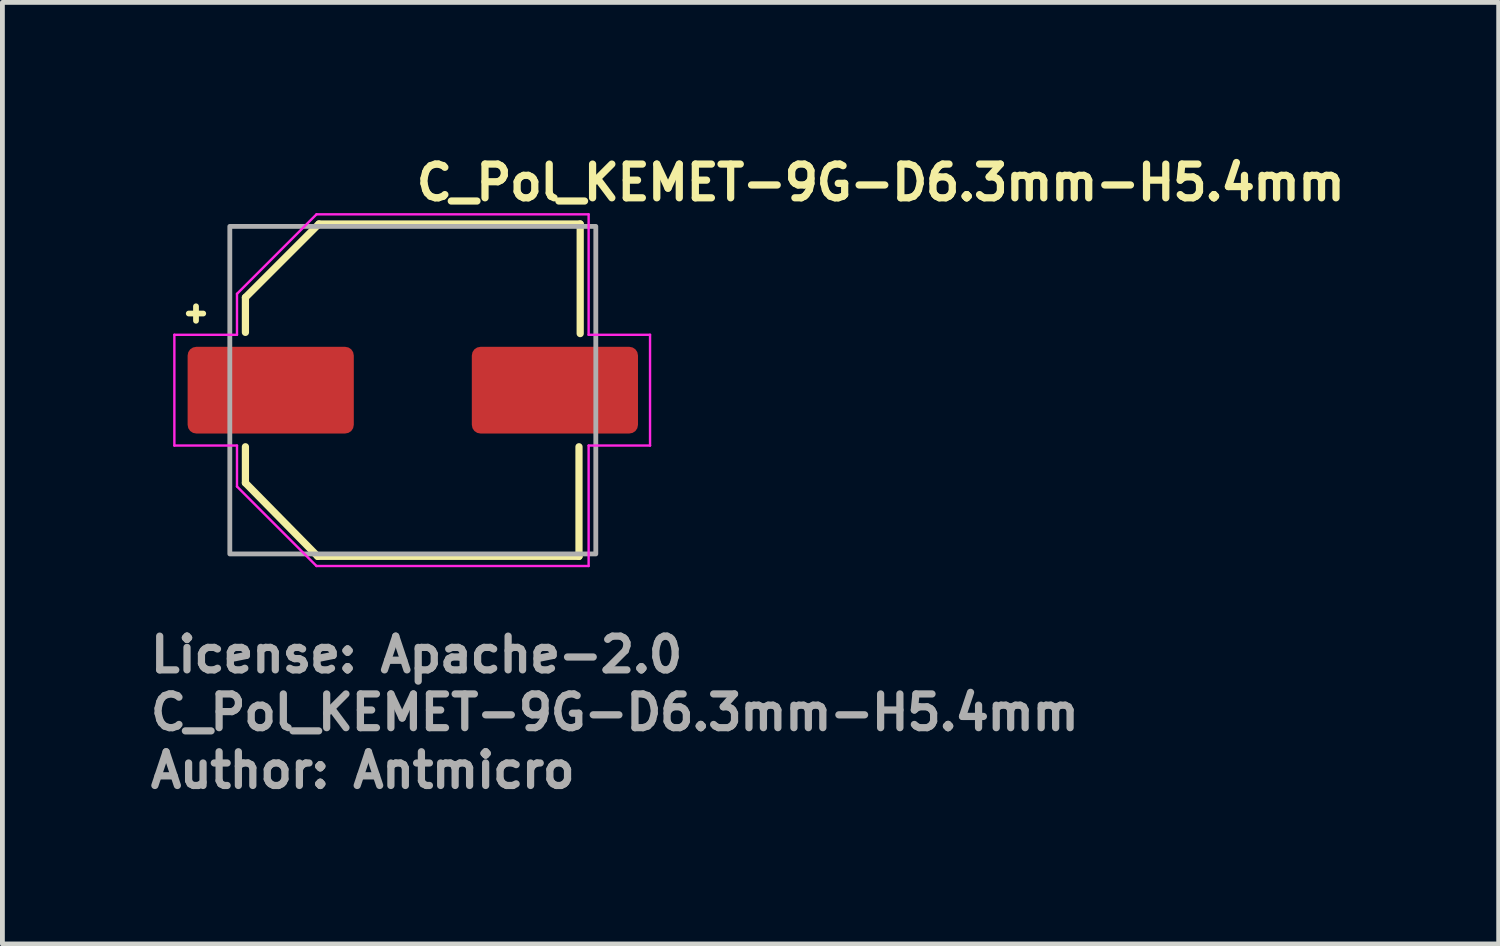
<source format=kicad_pcb>
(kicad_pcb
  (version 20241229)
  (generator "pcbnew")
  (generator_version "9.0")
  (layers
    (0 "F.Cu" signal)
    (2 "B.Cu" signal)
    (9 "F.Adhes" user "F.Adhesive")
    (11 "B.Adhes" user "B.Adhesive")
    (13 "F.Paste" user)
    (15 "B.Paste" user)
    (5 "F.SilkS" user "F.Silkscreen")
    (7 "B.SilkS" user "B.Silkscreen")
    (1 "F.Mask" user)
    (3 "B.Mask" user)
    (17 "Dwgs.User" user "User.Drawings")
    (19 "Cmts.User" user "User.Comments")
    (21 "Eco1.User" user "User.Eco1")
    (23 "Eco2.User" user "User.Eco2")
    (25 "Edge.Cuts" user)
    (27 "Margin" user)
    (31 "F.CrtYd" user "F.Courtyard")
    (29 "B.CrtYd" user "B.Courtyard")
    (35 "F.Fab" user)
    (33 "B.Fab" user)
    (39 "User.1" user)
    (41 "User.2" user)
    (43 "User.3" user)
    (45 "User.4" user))
  (footprint "C_Pol_KEMET-9G-D6.3mm-H5.4mm"
    (layer "F.Cu")
    (at 5.52 5.05)
    (property "Reference" "C_Pol_KEMET-9G-D6.3mm-H5.4mm" (at 0 -3.9 0) (layer "F.SilkS") (effects (font (size 0.7 0.7) (thickness 0.15)) (justify left bottom)))
    (attr smd)
    (fp_line (start -4.651 -1.591) (end -4.351 -1.591) (stroke (width 0.12) (type solid)) (layer "F.SilkS"))
    (fp_line (start -4.501 -1.741) (end -4.501 -1.441) (stroke (width 0.12) (type solid)) (layer "F.SilkS"))
    (fp_line (start -3.475 -1.925) (end -3.475 -1.2) (stroke (width 0.15) (type solid)) (layer "F.SilkS"))
    (fp_line (start -3.475 -1.925) (end -1.95 -3.45) (stroke (width 0.15) (type solid)) (layer "F.SilkS"))
    (fp_line (start -3.475 1.175) (end -3.475 1.925) (stroke (width 0.15) (type solid)) (layer "F.SilkS"))
    (fp_line (start -3.475 1.925) (end -1.975 3.45) (stroke (width 0.15) (type solid)) (layer "F.SilkS"))
    (fp_line (start -1.975 3.45) (end 3.45 3.45) (stroke (width 0.15) (type solid)) (layer "F.SilkS"))
    (fp_line (start -1.95 -3.45) (end 3.475 -3.45) (stroke (width 0.15) (type solid)) (layer "F.SilkS"))
    (fp_line (start 3.45 1.175) (end 3.45 3.45) (stroke (width 0.15) (type solid)) (layer "F.SilkS"))
    (fp_line (start 3.475 -1.175) (end 3.475 -3.45) (stroke (width 0.15) (type solid)) (layer "F.SilkS"))
    (fp_line (start -4.95 -1.15) (end -3.65 -1.15) (stroke (width 0.05) (type solid)) (layer "F.CrtYd"))
    (fp_line (start -4.95 1.15) (end -4.95 -1.15) (stroke (width 0.05) (type solid)) (layer "F.CrtYd"))
    (fp_line (start -3.65 -1.15) (end -3.65 -2) (stroke (width 0.05) (type solid)) (layer "F.CrtYd"))
    (fp_line (start -3.65 1.15) (end -4.95 1.15) (stroke (width 0.05) (type solid)) (layer "F.CrtYd"))
    (fp_line (start -3.65 2) (end -3.65 1.15) (stroke (width 0.05) (type solid)) (layer "F.CrtYd"))
    (fp_line (start -3.65 2) (end -2 3.65) (stroke (width 0.05) (type solid)) (layer "F.CrtYd"))
    (fp_line (start -2 -3.65) (end -3.65 -2) (stroke (width 0.05) (type solid)) (layer "F.CrtYd"))
    (fp_line (start -2 -3.65) (end 3.65 -3.65) (stroke (width 0.05) (type solid)) (layer "F.CrtYd"))
    (fp_line (start 3.65 -3.65) (end 3.65 -1.15) (stroke (width 0.05) (type solid)) (layer "F.CrtYd"))
    (fp_line (start 3.65 -1.15) (end 4.925 -1.15) (stroke (width 0.05) (type solid)) (layer "F.CrtYd"))
    (fp_line (start 3.65 1.15) (end 3.65 3.65) (stroke (width 0.05) (type solid)) (layer "F.CrtYd"))
    (fp_line (start 3.65 3.65) (end -2 3.65) (stroke (width 0.05) (type solid)) (layer "F.CrtYd"))
    (fp_line (start 4.925 -1.15) (end 4.925 1.15) (stroke (width 0.05) (type solid)) (layer "F.CrtYd"))
    (fp_line (start 4.925 1.15) (end 3.65 1.15) (stroke (width 0.05) (type solid)) (layer "F.CrtYd"))
    (fp_rect (start -3.799 -3.4) (end 3.799 3.4) (stroke (width 0.1) (type solid)) (fill no) (layer "F.Fab"))
    (fp_rect (start -3.799 -3.4) (end 3.799 3.4) (stroke (width 0.1) (type solid)) (fill no) (layer "User.5"))
    (fp_line (start -3.799 0.375) (end -3.799 -0.375) (stroke (width 0.02) (type solid)) (layer "User.9"))
    (fp_line (start -3.4 -1.9) (end -1.9 -3.4) (stroke (width 0.02) (type solid)) (layer "User.9"))
    (fp_line (start -3.4 -1.396) (end -3.4 -1.9) (stroke (width 0.02) (type solid)) (layer "User.9"))
    (fp_line (start -3.4 -1.396) (end -3.4 1.396) (stroke (width 0.02) (type solid)) (layer "User.9"))
    (fp_line (start -3.4 -0.375) (end -3.799 -0.375) (stroke (width 0.02) (type solid)) (layer "User.9"))
    (fp_line (start -3.4 0.375) (end -3.799 0.375) (stroke (width 0.02) (type solid)) (layer "User.9"))
    (fp_line (start -3.4 1.9) (end -3.4 1.396) (stroke (width 0.02) (type solid)) (layer "User.9"))
    (fp_line (start -3.25 0) (end -3.243 -0.21) (stroke (width 0.02) (type solid)) (layer "User.9"))
    (fp_line (start -3.243 -0.21) (end -3.222 -0.419) (stroke (width 0.02) (type solid)) (layer "User.9"))
    (fp_line (start -3.243 0.21) (end -3.25 0) (stroke (width 0.02) (type solid)) (layer "User.9"))
    (fp_line (start -3.222 -0.419) (end -3.188 -0.628) (stroke (width 0.02) (type solid)) (layer "User.9"))
    (fp_line (start -3.222 0.419) (end -3.243 0.21) (stroke (width 0.02) (type solid)) (layer "User.9"))
    (fp_line (start -3.188 -0.628) (end -3.141 -0.834) (stroke (width 0.02) (type solid)) (layer "User.9"))
    (fp_line (start -3.188 0.628) (end -3.222 0.419) (stroke (width 0.02) (type solid)) (layer "User.9"))
    (fp_line (start -3.141 -0.834) (end -3.079 -1.037) (stroke (width 0.02) (type solid)) (layer "User.9"))
    (fp_line (start -3.141 0.834) (end -3.188 0.628) (stroke (width 0.02) (type solid)) (layer "User.9"))
    (fp_line (start -3.1 -1.396) (end -3.4 -1.396) (stroke (width 0.02) (type solid)) (layer "User.9"))
    (fp_line (start -3.1 1.396) (end -3.4 1.396) (stroke (width 0.02) (type solid)) (layer "User.9"))
    (fp_line (start -3.1 1.396) (end -3.033 1.536) (stroke (width 0.02) (type solid)) (layer "User.9"))
    (fp_line (start -3.079 -1.037) (end -3.005 -1.237) (stroke (width 0.02) (type solid)) (layer "User.9"))
    (fp_line (start -3.079 1.037) (end -3.141 0.834) (stroke (width 0.02) (type solid)) (layer "User.9"))
    (fp_line (start -3.033 -1.536) (end -3.1 -1.396) (stroke (width 0.02) (type solid)) (layer "User.9"))
    (fp_line (start -3.033 1.536) (end -2.959 1.672) (stroke (width 0.02) (type solid)) (layer "User.9"))
    (fp_line (start -3.005 -1.237) (end -2.916 -1.433) (stroke (width 0.02) (type solid)) (layer "User.9"))
    (fp_line (start -3.005 1.237) (end -3.079 1.037) (stroke (width 0.02) (type solid)) (layer "User.9"))
    (fp_line (start -2.959 -1.672) (end -3.033 -1.536) (stroke (width 0.02) (type solid)) (layer "User.9"))
    (fp_line (start -2.959 1.672) (end -2.881 1.805) (stroke (width 0.02) (type solid)) (layer "User.9"))
    (fp_line (start -2.916 -1.433) (end -2.814 -1.625) (stroke (width 0.02) (type solid)) (layer "User.9"))
    (fp_line (start -2.916 1.433) (end -3.005 1.237) (stroke (width 0.02) (type solid)) (layer "User.9"))
    (fp_line (start -2.881 -1.805) (end -2.959 -1.672) (stroke (width 0.02) (type solid)) (layer "User.9"))
    (fp_line (start -2.881 1.805) (end -2.796 1.933) (stroke (width 0.02) (type solid)) (layer "User.9"))
    (fp_line (start -2.814 -1.625) (end -2.814 -1.625) (stroke (width 0.02) (type solid)) (layer "User.9"))
    (fp_line (start -2.814 -1.625) (end -2.758 -1.718) (stroke (width 0.02) (type solid)) (layer "User.9"))
    (fp_line (start -2.814 1.625) (end -2.916 1.433) (stroke (width 0.02) (type solid)) (layer "User.9"))
    (fp_line (start -2.814 1.625) (end -2.814 1.625) (stroke (width 0.02) (type solid)) (layer "User.9"))
    (fp_line (start -2.796 -1.933) (end -2.881 -1.805) (stroke (width 0.02) (type solid)) (layer "User.9"))
    (fp_line (start -2.796 1.933) (end -2.706 2.058) (stroke (width 0.02) (type solid)) (layer "User.9"))
    (fp_line (start -2.758 -1.718) (end -2.7 -1.808) (stroke (width 0.02) (type solid)) (layer "User.9"))
    (fp_line (start -2.706 -2.058) (end -2.796 -1.933) (stroke (width 0.02) (type solid)) (layer "User.9"))
    (fp_line (start -2.706 2.058) (end -2.61 2.178) (stroke (width 0.02) (type solid)) (layer "User.9"))
    (fp_line (start -2.7 -1.808) (end -2.638 -1.897) (stroke (width 0.02) (type solid)) (layer "User.9"))
    (fp_line (start -2.7 1.808) (end -2.814 1.625) (stroke (width 0.02) (type solid)) (layer "User.9"))
    (fp_line (start -2.638 -1.897) (end -2.574 -1.983) (stroke (width 0.02) (type solid)) (layer "User.9"))
    (fp_line (start -2.61 -2.178) (end -2.706 -2.058) (stroke (width 0.02) (type solid)) (layer "User.9"))
    (fp_line (start -2.61 2.178) (end -2.509 2.293) (stroke (width 0.02) (type solid)) (layer "User.9"))
    (fp_line (start -2.574 -1.983) (end -2.507 -2.067) (stroke (width 0.02) (type solid)) (layer "User.9"))
    (fp_line (start -2.574 1.983) (end -2.7 1.808) (stroke (width 0.02) (type solid)) (layer "User.9"))
    (fp_line (start -2.509 -2.293) (end -2.61 -2.178) (stroke (width 0.02) (type solid)) (layer "User.9"))
    (fp_line (start -2.509 2.293) (end -2.404 2.404) (stroke (width 0.02) (type solid)) (layer "User.9"))
    (fp_line (start -2.507 -2.067) (end -2.438 -2.148) (stroke (width 0.02) (type solid)) (layer "User.9"))
    (fp_line (start -2.438 -2.148) (end -2.367 -2.227) (stroke (width 0.02) (type solid)) (layer "User.9"))
    (fp_line (start -2.438 2.148) (end -2.574 1.983) (stroke (width 0.02) (type solid)) (layer "User.9"))
    (fp_line (start -2.404 -2.404) (end -2.509 -2.293) (stroke (width 0.02) (type solid)) (layer "User.9"))
    (fp_line (start -2.404 2.404) (end -2.293 2.509) (stroke (width 0.02) (type solid)) (layer "User.9"))
    (fp_line (start -2.367 -2.227) (end -2.293 -2.303) (stroke (width 0.02) (type solid)) (layer "User.9"))
    (fp_line (start -2.293 -2.509) (end -2.404 -2.404) (stroke (width 0.02) (type solid)) (layer "User.9"))
    (fp_line (start -2.293 -2.303) (end -2.216 -2.376) (stroke (width 0.02) (type solid)) (layer "User.9"))
    (fp_line (start -2.293 2.303) (end -2.438 2.148) (stroke (width 0.02) (type solid)) (layer "User.9"))
    (fp_line (start -2.293 2.509) (end -2.178 2.61) (stroke (width 0.02) (type solid)) (layer "User.9"))
    (fp_line (start -2.216 -2.376) (end -2.138 -2.447) (stroke (width 0.02) (type solid)) (layer "User.9"))
    (fp_line (start -2.178 -2.61) (end -2.293 -2.509) (stroke (width 0.02) (type solid)) (layer "User.9"))
    (fp_line (start -2.178 2.61) (end -2.058 2.706) (stroke (width 0.02) (type solid)) (layer "User.9"))
    (fp_line (start -2.138 -2.447) (end -2.057 -2.515) (stroke (width 0.02) (type solid)) (layer "User.9"))
    (fp_line (start -2.138 2.447) (end -2.293 2.303) (stroke (width 0.02) (type solid)) (layer "User.9"))
    (fp_line (start -2.058 -2.706) (end -2.178 -2.61) (stroke (width 0.02) (type solid)) (layer "User.9"))
    (fp_line (start -2.058 2.706) (end -1.933 2.796) (stroke (width 0.02) (type solid)) (layer "User.9"))
    (fp_line (start -2.057 -2.515) (end -1.975 -2.581) (stroke (width 0.02) (type solid)) (layer "User.9"))
    (fp_line (start -1.975 -2.581) (end -1.89 -2.643) (stroke (width 0.02) (type solid)) (layer "User.9"))
    (fp_line (start -1.975 2.581) (end -2.138 2.447) (stroke (width 0.02) (type solid)) (layer "User.9"))
    (fp_line (start -1.933 -2.796) (end -2.058 -2.706) (stroke (width 0.02) (type solid)) (layer "User.9"))
    (fp_line (start -1.933 2.796) (end -1.805 2.881) (stroke (width 0.02) (type solid)) (layer "User.9"))
    (fp_line (start -1.9 3.4) (end -3.4 1.9) (stroke (width 0.02) (type solid)) (layer "User.9"))
    (fp_line (start -1.89 -2.643) (end -1.803 -2.703) (stroke (width 0.02) (type solid)) (layer "User.9"))
    (fp_line (start -1.805 -2.881) (end -1.933 -2.796) (stroke (width 0.02) (type solid)) (layer "User.9"))
    (fp_line (start -1.805 2.881) (end -1.672 2.959) (stroke (width 0.02) (type solid)) (layer "User.9"))
    (fp_line (start -1.803 -2.703) (end -1.715 -2.76) (stroke (width 0.02) (type solid)) (layer "User.9"))
    (fp_line (start -1.803 2.703) (end -1.975 2.581) (stroke (width 0.02) (type solid)) (layer "User.9"))
    (fp_line (start -1.715 -2.76) (end -1.625 -2.814) (stroke (width 0.02) (type solid)) (layer "User.9"))
    (fp_line (start -1.672 -2.959) (end -1.805 -2.881) (stroke (width 0.02) (type solid)) (layer "User.9"))
    (fp_line (start -1.672 2.959) (end -1.536 3.033) (stroke (width 0.02) (type solid)) (layer "User.9"))
    (fp_line (start -1.625 -2.814) (end -1.533 -2.865) (stroke (width 0.02) (type solid)) (layer "User.9"))
    (fp_line (start -1.625 2.814) (end -1.803 2.703) (stroke (width 0.02) (type solid)) (layer "User.9"))
    (fp_line (start -1.536 -3.033) (end -1.672 -2.959) (stroke (width 0.02) (type solid)) (layer "User.9"))
    (fp_line (start -1.536 3.033) (end -1.396 3.1) (stroke (width 0.02) (type solid)) (layer "User.9"))
    (fp_line (start -1.533 -2.865) (end -1.439 -2.913) (stroke (width 0.02) (type solid)) (layer "User.9"))
    (fp_line (start -1.439 -2.913) (end -1.344 -2.959) (stroke (width 0.02) (type solid)) (layer "User.9"))
    (fp_line (start -1.439 2.913) (end -1.625 2.814) (stroke (width 0.02) (type solid)) (layer "User.9"))
    (fp_line (start -1.396 -3.4) (end -1.9 -3.4) (stroke (width 0.02) (type solid)) (layer "User.9"))
    (fp_line (start -1.396 -3.1) (end -1.536 -3.033) (stroke (width 0.02) (type solid)) (layer "User.9"))
    (fp_line (start -1.396 -3.1) (end -1.396 -3.4) (stroke (width 0.02) (type solid)) (layer "User.9"))
    (fp_line (start -1.396 3.4) (end -1.9 3.4) (stroke (width 0.02) (type solid)) (layer "User.9"))
    (fp_line (start -1.396 3.4) (end -1.396 3.1) (stroke (width 0.02) (type solid)) (layer "User.9"))
    (fp_line (start -1.396 3.4) (end 1.396 3.4) (stroke (width 0.02) (type solid)) (layer "User.9"))
    (fp_line (start -1.344 -2.959) (end -1.247 -3.001) (stroke (width 0.02) (type solid)) (layer "User.9"))
    (fp_line (start -1.247 -3.001) (end -1.149 -3.039) (stroke (width 0.02) (type solid)) (layer "User.9"))
    (fp_line (start -1.247 3.001) (end -1.439 2.913) (stroke (width 0.02) (type solid)) (layer "User.9"))
    (fp_line (start -1.149 -3.039) (end -1.05 -3.075) (stroke (width 0.02) (type solid)) (layer "User.9"))
    (fp_line (start -1.05 -3.075) (end -0.949 -3.108) (stroke (width 0.02) (type solid)) (layer "User.9"))
    (fp_line (start -1.05 3.075) (end -1.247 3.001) (stroke (width 0.02) (type solid)) (layer "User.9"))
    (fp_line (start -0.949 -3.108) (end -0.847 -3.137) (stroke (width 0.02) (type solid)) (layer "User.9"))
    (fp_line (start -0.847 -3.137) (end -0.745 -3.163) (stroke (width 0.02) (type solid)) (layer "User.9"))
    (fp_line (start -0.847 3.137) (end -1.05 3.075) (stroke (width 0.02) (type solid)) (layer "User.9"))
    (fp_line (start -0.745 -3.163) (end -0.641 -3.186) (stroke (width 0.02) (type solid)) (layer "User.9"))
    (fp_line (start -0.641 -3.186) (end -0.536 -3.205) (stroke (width 0.02) (type solid)) (layer "User.9"))
    (fp_line (start -0.641 3.186) (end -0.847 3.137) (stroke (width 0.02) (type solid)) (layer "User.9"))
    (fp_line (start -0.536 -3.205) (end -0.43 -3.221) (stroke (width 0.02) (type solid)) (layer "User.9"))
    (fp_line (start -0.43 -3.221) (end -0.323 -3.233) (stroke (width 0.02) (type solid)) (layer "User.9"))
    (fp_line (start -0.43 3.221) (end -0.641 3.186) (stroke (width 0.02) (type solid)) (layer "User.9"))
    (fp_line (start -0.323 -3.233) (end -0.216 -3.242) (stroke (width 0.02) (type solid)) (layer "User.9"))
    (fp_line (start -0.216 -3.242) (end -0.108 -3.248) (stroke (width 0.02) (type solid)) (layer "User.9"))
    (fp_line (start -0.216 3.242) (end -0.43 3.221) (stroke (width 0.02) (type solid)) (layer "User.9"))
    (fp_line (start -0.108 -3.248) (end 0 -3.25) (stroke (width 0.02) (type solid)) (layer "User.9"))
    (fp_line (start 0 -3.25) (end 0.216 -3.242) (stroke (width 0.02) (type solid)) (layer "User.9"))
    (fp_line (start 0 -2.699) (end 0 2.699) (stroke (width 0.02) (type solid)) (layer "User.9"))
    (fp_line (start 0 2.699) (end 0.179 2.693) (stroke (width 0.02) (type solid)) (layer "User.9"))
    (fp_line (start 0 3.25) (end -0.216 3.242) (stroke (width 0.02) (type solid)) (layer "User.9"))
    (fp_line (start 0.09 -2.698) (end 0 -2.699) (stroke (width 0.02) (type solid)) (layer "User.9"))
    (fp_line (start 0.108 3.248) (end 0 3.25) (stroke (width 0.02) (type solid)) (layer "User.9"))
    (fp_line (start 0.179 -2.693) (end 0.09 -2.698) (stroke (width 0.02) (type solid)) (layer "User.9"))
    (fp_line (start 0.179 2.693) (end 0.357 2.676) (stroke (width 0.02) (type solid)) (layer "User.9"))
    (fp_line (start 0.216 -3.242) (end 0.43 -3.221) (stroke (width 0.02) (type solid)) (layer "User.9"))
    (fp_line (start 0.216 3.242) (end 0.108 3.248) (stroke (width 0.02) (type solid)) (layer "User.9"))
    (fp_line (start 0.269 -2.686) (end 0.179 -2.693) (stroke (width 0.02) (type solid)) (layer "User.9"))
    (fp_line (start 0.323 3.233) (end 0.216 3.242) (stroke (width 0.02) (type solid)) (layer "User.9"))
    (fp_line (start 0.357 -2.676) (end 0.269 -2.686) (stroke (width 0.02) (type solid)) (layer "User.9"))
    (fp_line (start 0.357 2.676) (end 0.532 2.646) (stroke (width 0.02) (type solid)) (layer "User.9"))
    (fp_line (start 0.43 -3.221) (end 0.641 -3.186) (stroke (width 0.02) (type solid)) (layer "User.9"))
    (fp_line (start 0.43 3.221) (end 0.323 3.233) (stroke (width 0.02) (type solid)) (layer "User.9"))
    (fp_line (start 0.445 -2.663) (end 0.357 -2.676) (stroke (width 0.02) (type solid)) (layer "User.9"))
    (fp_line (start 0.532 -2.646) (end 0.445 -2.663) (stroke (width 0.02) (type solid)) (layer "User.9"))
    (fp_line (start 0.532 2.646) (end 0.704 2.606) (stroke (width 0.02) (type solid)) (layer "User.9"))
    (fp_line (start 0.536 3.205) (end 0.43 3.221) (stroke (width 0.02) (type solid)) (layer "User.9"))
    (fp_line (start 0.618 -2.628) (end 0.532 -2.646) (stroke (width 0.02) (type solid)) (layer "User.9"))
    (fp_line (start 0.641 -3.186) (end 0.847 -3.137) (stroke (width 0.02) (type solid)) (layer "User.9"))
    (fp_line (start 0.641 3.186) (end 0.536 3.205) (stroke (width 0.02) (type solid)) (layer "User.9"))
    (fp_line (start 0.704 -2.606) (end 0.618 -2.628) (stroke (width 0.02) (type solid)) (layer "User.9"))
    (fp_line (start 0.704 2.606) (end 0.872 2.555) (stroke (width 0.02) (type solid)) (layer "User.9"))
    (fp_line (start 0.745 3.163) (end 0.641 3.186) (stroke (width 0.02) (type solid)) (layer "User.9"))
    (fp_line (start 0.789 -2.582) (end 0.704 -2.606) (stroke (width 0.02) (type solid)) (layer "User.9"))
    (fp_line (start 0.847 -3.137) (end 1.05 -3.075) (stroke (width 0.02) (type solid)) (layer "User.9"))
    (fp_line (start 0.847 3.137) (end 0.745 3.163) (stroke (width 0.02) (type solid)) (layer "User.9"))
    (fp_line (start 0.872 -2.555) (end 0.789 -2.582) (stroke (width 0.02) (type solid)) (layer "User.9"))
    (fp_line (start 0.872 2.555) (end 1.036 2.493) (stroke (width 0.02) (type solid)) (layer "User.9"))
    (fp_line (start 0.949 3.108) (end 0.847 3.137) (stroke (width 0.02) (type solid)) (layer "User.9"))
    (fp_line (start 0.955 -2.525) (end 0.872 -2.555) (stroke (width 0.02) (type solid)) (layer "User.9"))
    (fp_line (start 1.036 -2.493) (end 0.955 -2.525) (stroke (width 0.02) (type solid)) (layer "User.9"))
    (fp_line (start 1.036 2.493) (end 1.195 2.42) (stroke (width 0.02) (type solid)) (layer "User.9"))
    (fp_line (start 1.05 -3.075) (end 1.247 -3.001) (stroke (width 0.02) (type solid)) (layer "User.9"))
    (fp_line (start 1.05 3.075) (end 0.949 3.108) (stroke (width 0.02) (type solid)) (layer "User.9"))
    (fp_line (start 1.116 -2.458) (end 1.036 -2.493) (stroke (width 0.02) (type solid)) (layer "User.9"))
    (fp_line (start 1.149 3.039) (end 1.05 3.075) (stroke (width 0.02) (type solid)) (layer "User.9"))
    (fp_line (start 1.195 -2.42) (end 1.116 -2.458) (stroke (width 0.02) (type solid)) (layer "User.9"))
    (fp_line (start 1.195 2.42) (end 1.349 2.338) (stroke (width 0.02) (type solid)) (layer "User.9"))
    (fp_line (start 1.247 -3.001) (end 1.439 -2.913) (stroke (width 0.02) (type solid)) (layer "User.9"))
    (fp_line (start 1.247 3.001) (end 1.149 3.039) (stroke (width 0.02) (type solid)) (layer "User.9"))
    (fp_line (start 1.273 -2.38) (end 1.195 -2.42) (stroke (width 0.02) (type solid)) (layer "User.9"))
    (fp_line (start 1.344 2.959) (end 1.247 3.001) (stroke (width 0.02) (type solid)) (layer "User.9"))
    (fp_line (start 1.349 -2.338) (end 1.273 -2.38) (stroke (width 0.02) (type solid)) (layer "User.9"))
    (fp_line (start 1.349 2.338) (end 1.498 2.245) (stroke (width 0.02) (type solid)) (layer "User.9"))
    (fp_line (start 1.396 -3.4) (end -1.396 -3.4) (stroke (width 0.02) (type solid)) (layer "User.9"))
    (fp_line (start 1.396 -3.1) (end 1.396 -3.4) (stroke (width 0.02) (type solid)) (layer "User.9"))
    (fp_line (start 1.396 3.1) (end 1.396 3.4) (stroke (width 0.02) (type solid)) (layer "User.9"))
    (fp_line (start 1.396 3.1) (end 1.536 3.033) (stroke (width 0.02) (type solid)) (layer "User.9"))
    (fp_line (start 1.424 -2.293) (end 1.349 -2.338) (stroke (width 0.02) (type solid)) (layer "User.9"))
    (fp_line (start 1.439 -2.913) (end 1.625 -2.814) (stroke (width 0.02) (type solid)) (layer "User.9"))
    (fp_line (start 1.439 2.913) (end 1.344 2.959) (stroke (width 0.02) (type solid)) (layer "User.9"))
    (fp_line (start 1.498 -2.245) (end 1.424 -2.293) (stroke (width 0.02) (type solid)) (layer "User.9"))
    (fp_line (start 1.498 2.245) (end 1.64 2.144) (stroke (width 0.02) (type solid)) (layer "User.9"))
    (fp_line (start 1.533 2.865) (end 1.439 2.913) (stroke (width 0.02) (type solid)) (layer "User.9"))
    (fp_line (start 1.536 -3.033) (end 1.396 -3.099) (stroke (width 0.02) (type solid)) (layer "User.9"))
    (fp_line (start 1.536 3.033) (end 1.672 2.959) (stroke (width 0.02) (type solid)) (layer "User.9"))
    (fp_line (start 1.57 -2.196) (end 1.498 -2.245) (stroke (width 0.02) (type solid)) (layer "User.9"))
    (fp_line (start 1.625 -2.814) (end 1.803 -2.703) (stroke (width 0.02) (type solid)) (layer "User.9"))
    (fp_line (start 1.625 2.814) (end 1.533 2.865) (stroke (width 0.02) (type solid)) (layer "User.9"))
    (fp_line (start 1.64 -2.144) (end 1.57 -2.196) (stroke (width 0.02) (type solid)) (layer "User.9"))
    (fp_line (start 1.64 2.144) (end 1.776 2.032) (stroke (width 0.02) (type solid)) (layer "User.9"))
    (fp_line (start 1.672 -2.959) (end 1.536 -3.033) (stroke (width 0.02) (type solid)) (layer "User.9"))
    (fp_line (start 1.672 2.959) (end 1.805 2.881) (stroke (width 0.02) (type solid)) (layer "User.9"))
    (fp_line (start 1.709 -2.089) (end 1.64 -2.144) (stroke (width 0.02) (type solid)) (layer "User.9"))
    (fp_line (start 1.715 2.76) (end 1.625 2.814) (stroke (width 0.02) (type solid)) (layer "User.9"))
    (fp_line (start 1.776 -2.032) (end 1.709 -2.089) (stroke (width 0.02) (type solid)) (layer "User.9"))
    (fp_line (start 1.776 2.032) (end 1.905 1.913) (stroke (width 0.02) (type solid)) (layer "User.9"))
    (fp_line (start 1.803 -2.703) (end 1.975 -2.581) (stroke (width 0.02) (type solid)) (layer "User.9"))
    (fp_line (start 1.803 2.703) (end 1.715 2.76) (stroke (width 0.02) (type solid)) (layer "User.9"))
    (fp_line (start 1.805 -2.881) (end 1.672 -2.959) (stroke (width 0.02) (type solid)) (layer "User.9"))
    (fp_line (start 1.805 2.881) (end 1.933 2.796) (stroke (width 0.02) (type solid)) (layer "User.9"))
    (fp_line (start 1.841 -1.974) (end 1.776 -2.032) (stroke (width 0.02) (type solid)) (layer "User.9"))
    (fp_line (start 1.89 2.643) (end 1.803 2.703) (stroke (width 0.02) (type solid)) (layer "User.9"))
    (fp_line (start 1.905 -1.913) (end 1.841 -1.974) (stroke (width 0.02) (type solid)) (layer "User.9"))
    (fp_line (start 1.905 1.913) (end 2.026 1.784) (stroke (width 0.02) (type solid)) (layer "User.9"))
    (fp_line (start 1.933 -2.796) (end 1.805 -2.881) (stroke (width 0.02) (type solid)) (layer "User.9"))
    (fp_line (start 1.933 2.796) (end 2.058 2.706) (stroke (width 0.02) (type solid)) (layer "User.9"))
    (fp_line (start 1.966 -1.85) (end 1.905 -1.913) (stroke (width 0.02) (type solid)) (layer "User.9"))
    (fp_line (start 1.975 -2.581) (end 2.138 -2.447) (stroke (width 0.02) (type solid)) (layer "User.9"))
    (fp_line (start 1.975 2.581) (end 1.89 2.643) (stroke (width 0.02) (type solid)) (layer "User.9"))
    (fp_line (start 2.026 -1.784) (end 1.966 -1.85) (stroke (width 0.02) (type solid)) (layer "User.9"))
    (fp_line (start 2.026 1.784) (end 2.138 1.647) (stroke (width 0.02) (type solid)) (layer "User.9"))
    (fp_line (start 2.057 2.515) (end 1.975 2.581) (stroke (width 0.02) (type solid)) (layer "User.9"))
    (fp_line (start 2.058 -2.706) (end 1.933 -2.796) (stroke (width 0.02) (type solid)) (layer "User.9"))
    (fp_line (start 2.058 2.706) (end 2.178 2.61) (stroke (width 0.02) (type solid)) (layer "User.9"))
    (fp_line (start 2.083 -1.717) (end 2.026 -1.784) (stroke (width 0.02) (type solid)) (layer "User.9"))
    (fp_line (start 2.138 -2.447) (end 2.293 -2.303) (stroke (width 0.02) (type solid)) (layer "User.9"))
    (fp_line (start 2.138 -1.647) (end 2.083 -1.717) (stroke (width 0.02) (type solid)) (layer "User.9"))
    (fp_line (start 2.138 1.647) (end 2.243 1.502) (stroke (width 0.02) (type solid)) (layer "User.9"))
    (fp_line (start 2.138 2.447) (end 2.057 2.515) (stroke (width 0.02) (type solid)) (layer "User.9"))
    (fp_line (start 2.178 -2.61) (end 2.058 -2.706) (stroke (width 0.02) (type solid)) (layer "User.9"))
    (fp_line (start 2.178 2.61) (end 2.293 2.509) (stroke (width 0.02) (type solid)) (layer "User.9"))
    (fp_line (start 2.192 -1.576) (end 2.138 -1.647) (stroke (width 0.02) (type solid)) (layer "User.9"))
    (fp_line (start 2.216 2.376) (end 2.138 2.447) (stroke (width 0.02) (type solid)) (layer "User.9"))
    (fp_line (start 2.243 -1.502) (end 2.192 -1.576) (stroke (width 0.02) (type solid)) (layer "User.9"))
    (fp_line (start 2.243 1.502) (end 2.338 1.349) (stroke (width 0.02) (type solid)) (layer "User.9"))
    (fp_line (start 2.291 -1.427) (end 2.243 -1.502) (stroke (width 0.02) (type solid)) (layer "User.9"))
    (fp_line (start 2.293 -2.509) (end 2.178 -2.61) (stroke (width 0.02) (type solid)) (layer "User.9"))
    (fp_line (start 2.293 -2.303) (end 2.438 -2.148) (stroke (width 0.02) (type solid)) (layer "User.9"))
    (fp_line (start 2.293 2.303) (end 2.216 2.376) (stroke (width 0.02) (type solid)) (layer "User.9"))
    (fp_line (start 2.293 2.509) (end 2.404 2.404) (stroke (width 0.02) (type solid)) (layer "User.9"))
    (fp_line (start 2.338 -1.349) (end 2.291 -1.427) (stroke (width 0.02) (type solid)) (layer "User.9"))
    (fp_line (start 2.338 -1.349) (end 2.338 -1.349) (stroke (width 0.02) (type solid)) (layer "User.9"))
    (fp_line (start 2.338 1.349) (end 2.338 1.349) (stroke (width 0.02) (type solid)) (layer "User.9"))
    (fp_line (start 2.338 1.349) (end 2.423 1.191) (stroke (width 0.02) (type solid)) (layer "User.9"))
    (fp_line (start 2.367 2.227) (end 2.293 2.303) (stroke (width 0.02) (type solid)) (layer "User.9"))
    (fp_line (start 2.404 -2.404) (end 2.293 -2.509) (stroke (width 0.02) (type solid)) (layer "User.9"))
    (fp_line (start 2.404 2.404) (end 2.509 2.293) (stroke (width 0.02) (type solid)) (layer "User.9"))
    (fp_line (start 2.423 -1.191) (end 2.338 -1.349) (stroke (width 0.02) (type solid)) (layer "User.9"))
    (fp_line (start 2.423 1.191) (end 2.496 1.028) (stroke (width 0.02) (type solid)) (layer "User.9"))
    (fp_line (start 2.438 -2.148) (end 2.574 -1.983) (stroke (width 0.02) (type solid)) (layer "User.9"))
    (fp_line (start 2.438 2.148) (end 2.367 2.227) (stroke (width 0.02) (type solid)) (layer "User.9"))
    (fp_line (start 2.496 -1.028) (end 2.423 -1.191) (stroke (width 0.02) (type solid)) (layer "User.9"))
    (fp_line (start 2.496 1.028) (end 2.558 0.862) (stroke (width 0.02) (type solid)) (layer "User.9"))
    (fp_line (start 2.507 2.067) (end 2.438 2.148) (stroke (width 0.02) (type solid)) (layer "User.9"))
    (fp_line (start 2.509 -2.293) (end 2.404 -2.404) (stroke (width 0.02) (type solid)) (layer "User.9"))
    (fp_line (start 2.509 2.293) (end 2.61 2.178) (stroke (width 0.02) (type solid)) (layer "User.9"))
    (fp_line (start 2.558 -0.862) (end 2.496 -1.028) (stroke (width 0.02) (type solid)) (layer "User.9"))
    (fp_line (start 2.558 0.862) (end 2.609 0.693) (stroke (width 0.02) (type solid)) (layer "User.9"))
    (fp_line (start 2.574 -1.983) (end 2.7 -1.808) (stroke (width 0.02) (type solid)) (layer "User.9"))
    (fp_line (start 2.574 1.983) (end 2.507 2.067) (stroke (width 0.02) (type solid)) (layer "User.9"))
    (fp_line (start 2.609 -0.693) (end 2.558 -0.862) (stroke (width 0.02) (type solid)) (layer "User.9"))
    (fp_line (start 2.609 0.693) (end 2.649 0.521) (stroke (width 0.02) (type solid)) (layer "User.9"))
    (fp_line (start 2.61 -2.178) (end 2.509 -2.293) (stroke (width 0.02) (type solid)) (layer "User.9"))
    (fp_line (start 2.61 2.178) (end 2.706 2.058) (stroke (width 0.02) (type solid)) (layer "User.9"))
    (fp_line (start 2.638 1.897) (end 2.574 1.983) (stroke (width 0.02) (type solid)) (layer "User.9"))
    (fp_line (start 2.649 -0.521) (end 2.609 -0.693) (stroke (width 0.02) (type solid)) (layer "User.9"))
    (fp_line (start 2.649 0.521) (end 2.677 0.348) (stroke (width 0.02) (type solid)) (layer "User.9"))
    (fp_line (start 2.677 -0.348) (end 2.649 -0.521) (stroke (width 0.02) (type solid)) (layer "User.9"))
    (fp_line (start 2.677 0.348) (end 2.694 0.174) (stroke (width 0.02) (type solid)) (layer "User.9"))
    (fp_line (start 2.694 -0.174) (end 2.677 -0.348) (stroke (width 0.02) (type solid)) (layer "User.9"))
    (fp_line (start 2.694 0.174) (end 2.699 0) (stroke (width 0.02) (type solid)) (layer "User.9"))
    (fp_line (start 2.699 0) (end 2.694 -0.174) (stroke (width 0.02) (type solid)) (layer "User.9"))
    (fp_line (start 2.7 -1.808) (end 2.814 -1.625) (stroke (width 0.02) (type solid)) (layer "User.9"))
    (fp_line (start 2.7 1.808) (end 2.638 1.897) (stroke (width 0.02) (type solid)) (layer "User.9"))
    (fp_line (start 2.706 -2.058) (end 2.61 -2.178) (stroke (width 0.02) (type solid)) (layer "User.9"))
    (fp_line (start 2.706 2.058) (end 2.796 1.933) (stroke (width 0.02) (type solid)) (layer "User.9"))
    (fp_line (start 2.758 1.718) (end 2.7 1.808) (stroke (width 0.02) (type solid)) (layer "User.9"))
    (fp_line (start 2.796 -1.933) (end 2.706 -2.058) (stroke (width 0.02) (type solid)) (layer "User.9"))
    (fp_line (start 2.796 1.933) (end 2.881 1.805) (stroke (width 0.02) (type solid)) (layer "User.9"))
    (fp_line (start 2.814 -1.625) (end 2.814 -1.625) (stroke (width 0.02) (type solid)) (layer "User.9"))
    (fp_line (start 2.814 -1.625) (end 2.916 -1.433) (stroke (width 0.02) (type solid)) (layer "User.9"))
    (fp_line (start 2.814 1.625) (end 2.758 1.718) (stroke (width 0.02) (type solid)) (layer "User.9"))
    (fp_line (start 2.814 1.625) (end 2.814 1.625) (stroke (width 0.02) (type solid)) (layer "User.9"))
    (fp_line (start 2.881 -1.805) (end 2.796 -1.933) (stroke (width 0.02) (type solid)) (layer "User.9"))
    (fp_line (start 2.881 1.805) (end 2.959 1.672) (stroke (width 0.02) (type solid)) (layer "User.9"))
    (fp_line (start 2.916 -1.433) (end 3.005 -1.237) (stroke (width 0.02) (type solid)) (layer "User.9"))
    (fp_line (start 2.916 1.433) (end 2.814 1.625) (stroke (width 0.02) (type solid)) (layer "User.9"))
    (fp_line (start 2.959 -1.672) (end 2.881 -1.805) (stroke (width 0.02) (type solid)) (layer "User.9"))
    (fp_line (start 2.959 1.672) (end 3.033 1.536) (stroke (width 0.02) (type solid)) (layer "User.9"))
    (fp_line (start 3.005 -1.237) (end 3.079 -1.037) (stroke (width 0.02) (type solid)) (layer "User.9"))
    (fp_line (start 3.005 1.237) (end 2.916 1.433) (stroke (width 0.02) (type solid)) (layer "User.9"))
    (fp_line (start 3.033 -1.536) (end 2.959 -1.672) (stroke (width 0.02) (type solid)) (layer "User.9"))
    (fp_line (start 3.033 1.536) (end 3.1 1.396) (stroke (width 0.02) (type solid)) (layer "User.9"))
    (fp_line (start 3.079 -1.037) (end 3.141 -0.834) (stroke (width 0.02) (type solid)) (layer "User.9"))
    (fp_line (start 3.079 1.037) (end 3.005 1.237) (stroke (width 0.02) (type solid)) (layer "User.9"))
    (fp_line (start 3.1 -1.396) (end 3.033 -1.536) (stroke (width 0.02) (type solid)) (layer "User.9"))
    (fp_line (start 3.1 -1.396) (end 3.4 -1.396) (stroke (width 0.02) (type solid)) (layer "User.9"))
    (fp_line (start 3.1 1.396) (end 3.4 1.396) (stroke (width 0.02) (type solid)) (layer "User.9"))
    (fp_line (start 3.141 -0.834) (end 3.188 -0.628) (stroke (width 0.02) (type solid)) (layer "User.9"))
    (fp_line (start 3.141 0.834) (end 3.079 1.037) (stroke (width 0.02) (type solid)) (layer "User.9"))
    (fp_line (start 3.188 -0.628) (end 3.222 -0.419) (stroke (width 0.02) (type solid)) (layer "User.9"))
    (fp_line (start 3.188 0.628) (end 3.141 0.834) (stroke (width 0.02) (type solid)) (layer "User.9"))
    (fp_line (start 3.222 -0.419) (end 3.243 -0.21) (stroke (width 0.02) (type solid)) (layer "User.9"))
    (fp_line (start 3.222 0.419) (end 3.188 0.628) (stroke (width 0.02) (type solid)) (layer "User.9"))
    (fp_line (start 3.243 -0.21) (end 3.25 0) (stroke (width 0.02) (type solid)) (layer "User.9"))
    (fp_line (start 3.243 0.21) (end 3.222 0.419) (stroke (width 0.02) (type solid)) (layer "User.9"))
    (fp_line (start 3.25 0) (end 3.243 0.21) (stroke (width 0.02) (type solid)) (layer "User.9"))
    (fp_line (start 3.4 -3.4) (end 1.396 -3.4) (stroke (width 0.02) (type solid)) (layer "User.9"))
    (fp_line (start 3.4 -3.4) (end 3.4 -1.396) (stroke (width 0.02) (type solid)) (layer "User.9"))
    (fp_line (start 3.4 -0.375) (end 3.799 -0.375) (stroke (width 0.02) (type solid)) (layer "User.9"))
    (fp_line (start 3.4 0.375) (end 3.799 0.375) (stroke (width 0.02) (type solid)) (layer "User.9"))
    (fp_line (start 3.4 1.396) (end 3.4 -1.396) (stroke (width 0.02) (type solid)) (layer "User.9"))
    (fp_line (start 3.4 1.396) (end 3.4 3.4) (stroke (width 0.02) (type solid)) (layer "User.9"))
    (fp_line (start 3.4 3.4) (end 1.396 3.4) (stroke (width 0.02) (type solid)) (layer "User.9"))
    (fp_line (start 3.799 0.375) (end 3.799 -0.375) (stroke (width 0.02) (type solid)) (layer "User.9"))
    (fp_text user "Author: Antmicro" (at -5.52 8.3 0) (layer "F.Fab") (effects (font (size 0.7 0.7) (thickness 0.15)) (justify left bottom)))
    (fp_text user "License: Apache-2.0" (at -5.52 5.9 0) (layer "F.Fab") (effects (font (size 0.7 0.7) (thickness 0.15)) (justify left bottom)))
    (fp_text user "${REFERENCE}" (at -5.52 7.1 0) (layer "F.Fab") (effects (font (size 0.7 0.7) (thickness 0.15)) (justify left bottom)))
    (pad "1" smd roundrect (at -2.95 0 90) (size 1.8 3.45) (layers "F.Cu" "F.Mask" "F.Paste") (roundrect_rratio 0.1))
    (pad "2" smd roundrect (at 2.95 0 90) (size 1.8 3.45) (layers "F.Cu" "F.Mask" "F.Paste") (roundrect_rratio 0.1)))
  (gr_rect
    (start -3 -3)
    (end 28.063 16.546)
    (stroke (width 0.1) (type default))
    (fill no)
    (layer "Edge.Cuts")))
</source>
